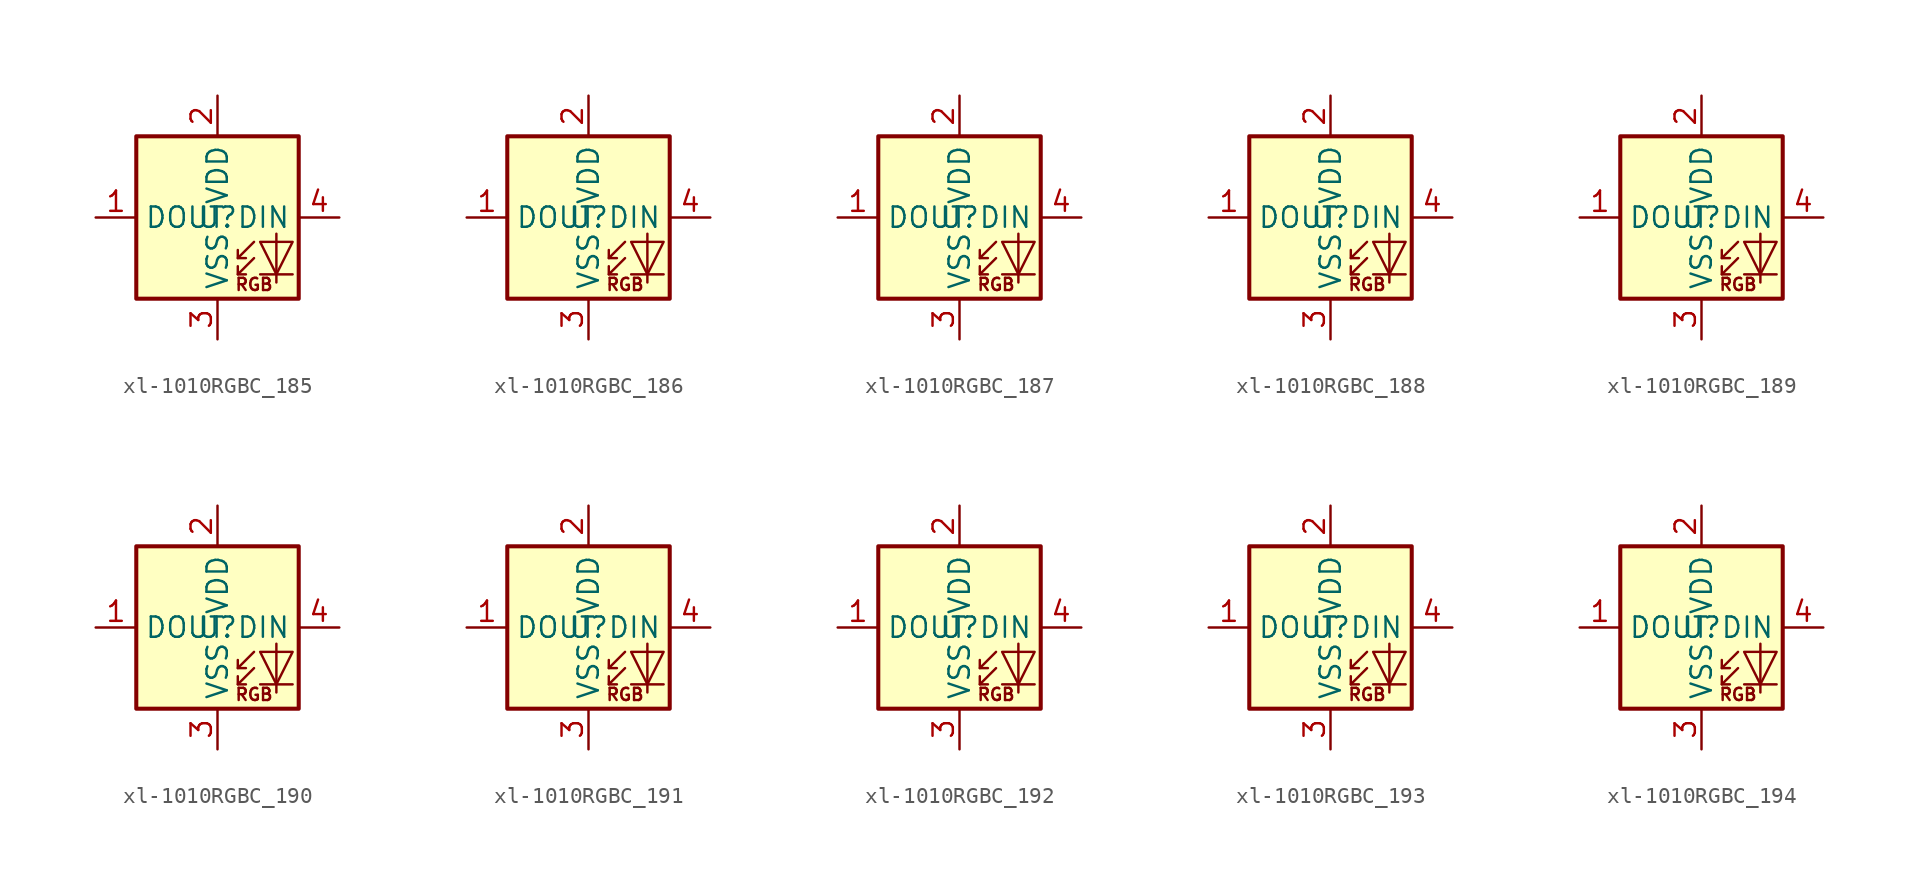
<source format=kicad_sym>
(kicad_symbol_lib
  (version 20231120)
  (generator "kicad_symbol_editor")
  (generator_version "8.0")
  (symbol "xl-1010RGBC_185"
    (property "Reference" "U"
      (at 0 0 0)
      (effects (font (size 1.27 1.27))))
    (property "Value" ""
      (at 0 0 0)
      (effects (font (size 1.27 1.27))))
    (symbol "xl-1010RGBC_185_0_0"
      (text "RGB" (at 2.286 -4.191 0) (effects (font (size 0.762 0.762)))))
    (symbol "xl-1010RGBC_185_0_1"
      (polyline (pts (xy 1.27 -3.556) (xy 1.778 -3.556)) (stroke (width 0) (type default)) (fill (type none)))
      (polyline (pts (xy 1.27 -2.54) (xy 1.778 -2.54)) (stroke (width 0) (type default)) (fill (type none)))
      (polyline (pts (xy 4.699 -3.556) (xy 2.667 -3.556)) (stroke (width 0) (type default)) (fill (type none)))
      (polyline (pts (xy 2.286 -2.54) (xy 1.27 -3.556) (xy 1.27 -3.048)) (stroke (width 0) (type default)) (fill (type none)))
      (polyline (pts (xy 2.286 -1.524) (xy 1.27 -2.54) (xy 1.27 -2.032)) (stroke (width 0) (type default)) (fill (type none)))
      (polyline (pts (xy 3.683 -1.016) (xy 3.683 -3.556) (xy 3.683 -4.064)) (stroke (width 0) (type default)) (fill (type none)))
      (polyline (pts (xy 4.699 -1.524) (xy 2.667 -1.524) (xy 3.683 -3.556) (xy 4.699 -1.524)) (stroke (width 0) (type default)) (fill (type none)))
      (rectangle (start 5.08 5.08) (end -5.08 -5.08) (stroke (width 0.254) (type default)) (fill (type background))))
    (symbol "xl-1010RGBC_185_1_1"
      (pin output line (at -7.62 0 0) (length 2.54) (name "DOUT" (effects (font (size 1.27 1.27)))) (number "1" (effects (font (size 1.27 1.27)))))
      (pin power_in line (at 0 7.62 270) (length 2.54) (name "VDD" (effects (font (size 1.27 1.27)))) (number "2" (effects (font (size 1.27 1.27)))))
      (pin power_in line (at 0 -7.62 90) (length 2.54) (name "VSS" (effects (font (size 1.27 1.27)))) (number "3" (effects (font (size 1.27 1.27)))))
      (pin input line (at 7.62 0 180) (length 2.54) (name "DIN" (effects (font (size 1.27 1.27)))) (number "4" (effects (font (size 1.27 1.27)))))))
  (symbol "xl-1010RGBC_186"
    (property "Reference" "U"
      (at 0 0 0)
      (effects (font (size 1.27 1.27))))
    (property "Value" ""
      (at 0 0 0)
      (effects (font (size 1.27 1.27))))
    (symbol "xl-1010RGBC_186_0_0"
      (text "RGB" (at 2.286 -4.191 0) (effects (font (size 0.762 0.762)))))
    (symbol "xl-1010RGBC_186_0_1"
      (polyline (pts (xy 1.27 -3.556) (xy 1.778 -3.556)) (stroke (width 0) (type default)) (fill (type none)))
      (polyline (pts (xy 1.27 -2.54) (xy 1.778 -2.54)) (stroke (width 0) (type default)) (fill (type none)))
      (polyline (pts (xy 4.699 -3.556) (xy 2.667 -3.556)) (stroke (width 0) (type default)) (fill (type none)))
      (polyline (pts (xy 2.286 -2.54) (xy 1.27 -3.556) (xy 1.27 -3.048)) (stroke (width 0) (type default)) (fill (type none)))
      (polyline (pts (xy 2.286 -1.524) (xy 1.27 -2.54) (xy 1.27 -2.032)) (stroke (width 0) (type default)) (fill (type none)))
      (polyline (pts (xy 3.683 -1.016) (xy 3.683 -3.556) (xy 3.683 -4.064)) (stroke (width 0) (type default)) (fill (type none)))
      (polyline (pts (xy 4.699 -1.524) (xy 2.667 -1.524) (xy 3.683 -3.556) (xy 4.699 -1.524)) (stroke (width 0) (type default)) (fill (type none)))
      (rectangle (start 5.08 5.08) (end -5.08 -5.08) (stroke (width 0.254) (type default)) (fill (type background))))
    (symbol "xl-1010RGBC_186_1_1"
      (pin output line (at -7.62 0 0) (length 2.54) (name "DOUT" (effects (font (size 1.27 1.27)))) (number "1" (effects (font (size 1.27 1.27)))))
      (pin power_in line (at 0 7.62 270) (length 2.54) (name "VDD" (effects (font (size 1.27 1.27)))) (number "2" (effects (font (size 1.27 1.27)))))
      (pin power_in line (at 0 -7.62 90) (length 2.54) (name "VSS" (effects (font (size 1.27 1.27)))) (number "3" (effects (font (size 1.27 1.27)))))
      (pin input line (at 7.62 0 180) (length 2.54) (name "DIN" (effects (font (size 1.27 1.27)))) (number "4" (effects (font (size 1.27 1.27)))))))
  (symbol "xl-1010RGBC_187"
    (property "Reference" "U"
      (at 0 0 0)
      (effects (font (size 1.27 1.27))))
    (property "Value" ""
      (at 0 0 0)
      (effects (font (size 1.27 1.27))))
    (symbol "xl-1010RGBC_187_0_0"
      (text "RGB" (at 2.286 -4.191 0) (effects (font (size 0.762 0.762)))))
    (symbol "xl-1010RGBC_187_0_1"
      (polyline (pts (xy 1.27 -3.556) (xy 1.778 -3.556)) (stroke (width 0) (type default)) (fill (type none)))
      (polyline (pts (xy 1.27 -2.54) (xy 1.778 -2.54)) (stroke (width 0) (type default)) (fill (type none)))
      (polyline (pts (xy 4.699 -3.556) (xy 2.667 -3.556)) (stroke (width 0) (type default)) (fill (type none)))
      (polyline (pts (xy 2.286 -2.54) (xy 1.27 -3.556) (xy 1.27 -3.048)) (stroke (width 0) (type default)) (fill (type none)))
      (polyline (pts (xy 2.286 -1.524) (xy 1.27 -2.54) (xy 1.27 -2.032)) (stroke (width 0) (type default)) (fill (type none)))
      (polyline (pts (xy 3.683 -1.016) (xy 3.683 -3.556) (xy 3.683 -4.064)) (stroke (width 0) (type default)) (fill (type none)))
      (polyline (pts (xy 4.699 -1.524) (xy 2.667 -1.524) (xy 3.683 -3.556) (xy 4.699 -1.524)) (stroke (width 0) (type default)) (fill (type none)))
      (rectangle (start 5.08 5.08) (end -5.08 -5.08) (stroke (width 0.254) (type default)) (fill (type background))))
    (symbol "xl-1010RGBC_187_1_1"
      (pin output line (at -7.62 0 0) (length 2.54) (name "DOUT" (effects (font (size 1.27 1.27)))) (number "1" (effects (font (size 1.27 1.27)))))
      (pin power_in line (at 0 7.62 270) (length 2.54) (name "VDD" (effects (font (size 1.27 1.27)))) (number "2" (effects (font (size 1.27 1.27)))))
      (pin power_in line (at 0 -7.62 90) (length 2.54) (name "VSS" (effects (font (size 1.27 1.27)))) (number "3" (effects (font (size 1.27 1.27)))))
      (pin input line (at 7.62 0 180) (length 2.54) (name "DIN" (effects (font (size 1.27 1.27)))) (number "4" (effects (font (size 1.27 1.27)))))))
  (symbol "xl-1010RGBC_188"
    (property "Reference" "U"
      (at 0 0 0)
      (effects (font (size 1.27 1.27))))
    (property "Value" ""
      (at 0 0 0)
      (effects (font (size 1.27 1.27))))
    (symbol "xl-1010RGBC_188_0_0"
      (text "RGB" (at 2.286 -4.191 0) (effects (font (size 0.762 0.762)))))
    (symbol "xl-1010RGBC_188_0_1"
      (polyline (pts (xy 1.27 -3.556) (xy 1.778 -3.556)) (stroke (width 0) (type default)) (fill (type none)))
      (polyline (pts (xy 1.27 -2.54) (xy 1.778 -2.54)) (stroke (width 0) (type default)) (fill (type none)))
      (polyline (pts (xy 4.699 -3.556) (xy 2.667 -3.556)) (stroke (width 0) (type default)) (fill (type none)))
      (polyline (pts (xy 2.286 -2.54) (xy 1.27 -3.556) (xy 1.27 -3.048)) (stroke (width 0) (type default)) (fill (type none)))
      (polyline (pts (xy 2.286 -1.524) (xy 1.27 -2.54) (xy 1.27 -2.032)) (stroke (width 0) (type default)) (fill (type none)))
      (polyline (pts (xy 3.683 -1.016) (xy 3.683 -3.556) (xy 3.683 -4.064)) (stroke (width 0) (type default)) (fill (type none)))
      (polyline (pts (xy 4.699 -1.524) (xy 2.667 -1.524) (xy 3.683 -3.556) (xy 4.699 -1.524)) (stroke (width 0) (type default)) (fill (type none)))
      (rectangle (start 5.08 5.08) (end -5.08 -5.08) (stroke (width 0.254) (type default)) (fill (type background))))
    (symbol "xl-1010RGBC_188_1_1"
      (pin output line (at -7.62 0 0) (length 2.54) (name "DOUT" (effects (font (size 1.27 1.27)))) (number "1" (effects (font (size 1.27 1.27)))))
      (pin power_in line (at 0 7.62 270) (length 2.54) (name "VDD" (effects (font (size 1.27 1.27)))) (number "2" (effects (font (size 1.27 1.27)))))
      (pin power_in line (at 0 -7.62 90) (length 2.54) (name "VSS" (effects (font (size 1.27 1.27)))) (number "3" (effects (font (size 1.27 1.27)))))
      (pin input line (at 7.62 0 180) (length 2.54) (name "DIN" (effects (font (size 1.27 1.27)))) (number "4" (effects (font (size 1.27 1.27)))))))
  (symbol "xl-1010RGBC_189"
    (property "Reference" "U"
      (at 0 0 0)
      (effects (font (size 1.27 1.27))))
    (property "Value" ""
      (at 0 0 0)
      (effects (font (size 1.27 1.27))))
    (symbol "xl-1010RGBC_189_0_0"
      (text "RGB" (at 2.286 -4.191 0) (effects (font (size 0.762 0.762)))))
    (symbol "xl-1010RGBC_189_0_1"
      (polyline (pts (xy 1.27 -3.556) (xy 1.778 -3.556)) (stroke (width 0) (type default)) (fill (type none)))
      (polyline (pts (xy 1.27 -2.54) (xy 1.778 -2.54)) (stroke (width 0) (type default)) (fill (type none)))
      (polyline (pts (xy 4.699 -3.556) (xy 2.667 -3.556)) (stroke (width 0) (type default)) (fill (type none)))
      (polyline (pts (xy 2.286 -2.54) (xy 1.27 -3.556) (xy 1.27 -3.048)) (stroke (width 0) (type default)) (fill (type none)))
      (polyline (pts (xy 2.286 -1.524) (xy 1.27 -2.54) (xy 1.27 -2.032)) (stroke (width 0) (type default)) (fill (type none)))
      (polyline (pts (xy 3.683 -1.016) (xy 3.683 -3.556) (xy 3.683 -4.064)) (stroke (width 0) (type default)) (fill (type none)))
      (polyline (pts (xy 4.699 -1.524) (xy 2.667 -1.524) (xy 3.683 -3.556) (xy 4.699 -1.524)) (stroke (width 0) (type default)) (fill (type none)))
      (rectangle (start 5.08 5.08) (end -5.08 -5.08) (stroke (width 0.254) (type default)) (fill (type background))))
    (symbol "xl-1010RGBC_189_1_1"
      (pin output line (at -7.62 0 0) (length 2.54) (name "DOUT" (effects (font (size 1.27 1.27)))) (number "1" (effects (font (size 1.27 1.27)))))
      (pin power_in line (at 0 7.62 270) (length 2.54) (name "VDD" (effects (font (size 1.27 1.27)))) (number "2" (effects (font (size 1.27 1.27)))))
      (pin power_in line (at 0 -7.62 90) (length 2.54) (name "VSS" (effects (font (size 1.27 1.27)))) (number "3" (effects (font (size 1.27 1.27)))))
      (pin input line (at 7.62 0 180) (length 2.54) (name "DIN" (effects (font (size 1.27 1.27)))) (number "4" (effects (font (size 1.27 1.27)))))))
  (symbol "xl-1010RGBC_190"
    (property "Reference" "U"
      (at 0 0 0)
      (effects (font (size 1.27 1.27))))
    (property "Value" ""
      (at 0 0 0)
      (effects (font (size 1.27 1.27))))
    (symbol "xl-1010RGBC_190_0_0"
      (text "RGB" (at 2.286 -4.191 0) (effects (font (size 0.762 0.762)))))
    (symbol "xl-1010RGBC_190_0_1"
      (polyline (pts (xy 1.27 -3.556) (xy 1.778 -3.556)) (stroke (width 0) (type default)) (fill (type none)))
      (polyline (pts (xy 1.27 -2.54) (xy 1.778 -2.54)) (stroke (width 0) (type default)) (fill (type none)))
      (polyline (pts (xy 4.699 -3.556) (xy 2.667 -3.556)) (stroke (width 0) (type default)) (fill (type none)))
      (polyline (pts (xy 2.286 -2.54) (xy 1.27 -3.556) (xy 1.27 -3.048)) (stroke (width 0) (type default)) (fill (type none)))
      (polyline (pts (xy 2.286 -1.524) (xy 1.27 -2.54) (xy 1.27 -2.032)) (stroke (width 0) (type default)) (fill (type none)))
      (polyline (pts (xy 3.683 -1.016) (xy 3.683 -3.556) (xy 3.683 -4.064)) (stroke (width 0) (type default)) (fill (type none)))
      (polyline (pts (xy 4.699 -1.524) (xy 2.667 -1.524) (xy 3.683 -3.556) (xy 4.699 -1.524)) (stroke (width 0) (type default)) (fill (type none)))
      (rectangle (start 5.08 5.08) (end -5.08 -5.08) (stroke (width 0.254) (type default)) (fill (type background))))
    (symbol "xl-1010RGBC_190_1_1"
      (pin output line (at -7.62 0 0) (length 2.54) (name "DOUT" (effects (font (size 1.27 1.27)))) (number "1" (effects (font (size 1.27 1.27)))))
      (pin power_in line (at 0 7.62 270) (length 2.54) (name "VDD" (effects (font (size 1.27 1.27)))) (number "2" (effects (font (size 1.27 1.27)))))
      (pin power_in line (at 0 -7.62 90) (length 2.54) (name "VSS" (effects (font (size 1.27 1.27)))) (number "3" (effects (font (size 1.27 1.27)))))
      (pin input line (at 7.62 0 180) (length 2.54) (name "DIN" (effects (font (size 1.27 1.27)))) (number "4" (effects (font (size 1.27 1.27)))))))
  (symbol "xl-1010RGBC_191"
    (property "Reference" "U"
      (at 0 0 0)
      (effects (font (size 1.27 1.27))))
    (property "Value" ""
      (at 0 0 0)
      (effects (font (size 1.27 1.27))))
    (symbol "xl-1010RGBC_191_0_0"
      (text "RGB" (at 2.286 -4.191 0) (effects (font (size 0.762 0.762)))))
    (symbol "xl-1010RGBC_191_0_1"
      (polyline (pts (xy 1.27 -3.556) (xy 1.778 -3.556)) (stroke (width 0) (type default)) (fill (type none)))
      (polyline (pts (xy 1.27 -2.54) (xy 1.778 -2.54)) (stroke (width 0) (type default)) (fill (type none)))
      (polyline (pts (xy 4.699 -3.556) (xy 2.667 -3.556)) (stroke (width 0) (type default)) (fill (type none)))
      (polyline (pts (xy 2.286 -2.54) (xy 1.27 -3.556) (xy 1.27 -3.048)) (stroke (width 0) (type default)) (fill (type none)))
      (polyline (pts (xy 2.286 -1.524) (xy 1.27 -2.54) (xy 1.27 -2.032)) (stroke (width 0) (type default)) (fill (type none)))
      (polyline (pts (xy 3.683 -1.016) (xy 3.683 -3.556) (xy 3.683 -4.064)) (stroke (width 0) (type default)) (fill (type none)))
      (polyline (pts (xy 4.699 -1.524) (xy 2.667 -1.524) (xy 3.683 -3.556) (xy 4.699 -1.524)) (stroke (width 0) (type default)) (fill (type none)))
      (rectangle (start 5.08 5.08) (end -5.08 -5.08) (stroke (width 0.254) (type default)) (fill (type background))))
    (symbol "xl-1010RGBC_191_1_1"
      (pin output line (at -7.62 0 0) (length 2.54) (name "DOUT" (effects (font (size 1.27 1.27)))) (number "1" (effects (font (size 1.27 1.27)))))
      (pin power_in line (at 0 7.62 270) (length 2.54) (name "VDD" (effects (font (size 1.27 1.27)))) (number "2" (effects (font (size 1.27 1.27)))))
      (pin power_in line (at 0 -7.62 90) (length 2.54) (name "VSS" (effects (font (size 1.27 1.27)))) (number "3" (effects (font (size 1.27 1.27)))))
      (pin input line (at 7.62 0 180) (length 2.54) (name "DIN" (effects (font (size 1.27 1.27)))) (number "4" (effects (font (size 1.27 1.27)))))))
  (symbol "xl-1010RGBC_192"
    (property "Reference" "U"
      (at 0 0 0)
      (effects (font (size 1.27 1.27))))
    (property "Value" ""
      (at 0 0 0)
      (effects (font (size 1.27 1.27))))
    (symbol "xl-1010RGBC_192_0_0"
      (text "RGB" (at 2.286 -4.191 0) (effects (font (size 0.762 0.762)))))
    (symbol "xl-1010RGBC_192_0_1"
      (polyline (pts (xy 1.27 -3.556) (xy 1.778 -3.556)) (stroke (width 0) (type default)) (fill (type none)))
      (polyline (pts (xy 1.27 -2.54) (xy 1.778 -2.54)) (stroke (width 0) (type default)) (fill (type none)))
      (polyline (pts (xy 4.699 -3.556) (xy 2.667 -3.556)) (stroke (width 0) (type default)) (fill (type none)))
      (polyline (pts (xy 2.286 -2.54) (xy 1.27 -3.556) (xy 1.27 -3.048)) (stroke (width 0) (type default)) (fill (type none)))
      (polyline (pts (xy 2.286 -1.524) (xy 1.27 -2.54) (xy 1.27 -2.032)) (stroke (width 0) (type default)) (fill (type none)))
      (polyline (pts (xy 3.683 -1.016) (xy 3.683 -3.556) (xy 3.683 -4.064)) (stroke (width 0) (type default)) (fill (type none)))
      (polyline (pts (xy 4.699 -1.524) (xy 2.667 -1.524) (xy 3.683 -3.556) (xy 4.699 -1.524)) (stroke (width 0) (type default)) (fill (type none)))
      (rectangle (start 5.08 5.08) (end -5.08 -5.08) (stroke (width 0.254) (type default)) (fill (type background))))
    (symbol "xl-1010RGBC_192_1_1"
      (pin output line (at -7.62 0 0) (length 2.54) (name "DOUT" (effects (font (size 1.27 1.27)))) (number "1" (effects (font (size 1.27 1.27)))))
      (pin power_in line (at 0 7.62 270) (length 2.54) (name "VDD" (effects (font (size 1.27 1.27)))) (number "2" (effects (font (size 1.27 1.27)))))
      (pin power_in line (at 0 -7.62 90) (length 2.54) (name "VSS" (effects (font (size 1.27 1.27)))) (number "3" (effects (font (size 1.27 1.27)))))
      (pin input line (at 7.62 0 180) (length 2.54) (name "DIN" (effects (font (size 1.27 1.27)))) (number "4" (effects (font (size 1.27 1.27)))))))
  (symbol "xl-1010RGBC_193"
    (property "Reference" "U"
      (at 0 0 0)
      (effects (font (size 1.27 1.27))))
    (property "Value" ""
      (at 0 0 0)
      (effects (font (size 1.27 1.27))))
    (symbol "xl-1010RGBC_193_0_0"
      (text "RGB" (at 2.286 -4.191 0) (effects (font (size 0.762 0.762)))))
    (symbol "xl-1010RGBC_193_0_1"
      (polyline (pts (xy 1.27 -3.556) (xy 1.778 -3.556)) (stroke (width 0) (type default)) (fill (type none)))
      (polyline (pts (xy 1.27 -2.54) (xy 1.778 -2.54)) (stroke (width 0) (type default)) (fill (type none)))
      (polyline (pts (xy 4.699 -3.556) (xy 2.667 -3.556)) (stroke (width 0) (type default)) (fill (type none)))
      (polyline (pts (xy 2.286 -2.54) (xy 1.27 -3.556) (xy 1.27 -3.048)) (stroke (width 0) (type default)) (fill (type none)))
      (polyline (pts (xy 2.286 -1.524) (xy 1.27 -2.54) (xy 1.27 -2.032)) (stroke (width 0) (type default)) (fill (type none)))
      (polyline (pts (xy 3.683 -1.016) (xy 3.683 -3.556) (xy 3.683 -4.064)) (stroke (width 0) (type default)) (fill (type none)))
      (polyline (pts (xy 4.699 -1.524) (xy 2.667 -1.524) (xy 3.683 -3.556) (xy 4.699 -1.524)) (stroke (width 0) (type default)) (fill (type none)))
      (rectangle (start 5.08 5.08) (end -5.08 -5.08) (stroke (width 0.254) (type default)) (fill (type background))))
    (symbol "xl-1010RGBC_193_1_1"
      (pin output line (at -7.62 0 0) (length 2.54) (name "DOUT" (effects (font (size 1.27 1.27)))) (number "1" (effects (font (size 1.27 1.27)))))
      (pin power_in line (at 0 7.62 270) (length 2.54) (name "VDD" (effects (font (size 1.27 1.27)))) (number "2" (effects (font (size 1.27 1.27)))))
      (pin power_in line (at 0 -7.62 90) (length 2.54) (name "VSS" (effects (font (size 1.27 1.27)))) (number "3" (effects (font (size 1.27 1.27)))))
      (pin input line (at 7.62 0 180) (length 2.54) (name "DIN" (effects (font (size 1.27 1.27)))) (number "4" (effects (font (size 1.27 1.27)))))))
  (symbol "xl-1010RGBC_194"
    (property "Reference" "U"
      (at 0 0 0)
      (effects (font (size 1.27 1.27))))
    (property "Value" ""
      (at 0 0 0)
      (effects (font (size 1.27 1.27))))
    (symbol "xl-1010RGBC_194_0_0"
      (text "RGB" (at 2.286 -4.191 0) (effects (font (size 0.762 0.762)))))
    (symbol "xl-1010RGBC_194_0_1"
      (polyline (pts (xy 1.27 -3.556) (xy 1.778 -3.556)) (stroke (width 0) (type default)) (fill (type none)))
      (polyline (pts (xy 1.27 -2.54) (xy 1.778 -2.54)) (stroke (width 0) (type default)) (fill (type none)))
      (polyline (pts (xy 4.699 -3.556) (xy 2.667 -3.556)) (stroke (width 0) (type default)) (fill (type none)))
      (polyline (pts (xy 2.286 -2.54) (xy 1.27 -3.556) (xy 1.27 -3.048)) (stroke (width 0) (type default)) (fill (type none)))
      (polyline (pts (xy 2.286 -1.524) (xy 1.27 -2.54) (xy 1.27 -2.032)) (stroke (width 0) (type default)) (fill (type none)))
      (polyline (pts (xy 3.683 -1.016) (xy 3.683 -3.556) (xy 3.683 -4.064)) (stroke (width 0) (type default)) (fill (type none)))
      (polyline (pts (xy 4.699 -1.524) (xy 2.667 -1.524) (xy 3.683 -3.556) (xy 4.699 -1.524)) (stroke (width 0) (type default)) (fill (type none)))
      (rectangle (start 5.08 5.08) (end -5.08 -5.08) (stroke (width 0.254) (type default)) (fill (type background))))
    (symbol "xl-1010RGBC_194_1_1"
      (pin output line (at -7.62 0 0) (length 2.54) (name "DOUT" (effects (font (size 1.27 1.27)))) (number "1" (effects (font (size 1.27 1.27)))))
      (pin power_in line (at 0 7.62 270) (length 2.54) (name "VDD" (effects (font (size 1.27 1.27)))) (number "2" (effects (font (size 1.27 1.27)))))
      (pin power_in line (at 0 -7.62 90) (length 2.54) (name "VSS" (effects (font (size 1.27 1.27)))) (number "3" (effects (font (size 1.27 1.27)))))
      (pin input line (at 7.62 0 180) (length 2.54) (name "DIN" (effects (font (size 1.27 1.27)))) (number "4" (effects (font (size 1.27 1.27))))))))
</source>
